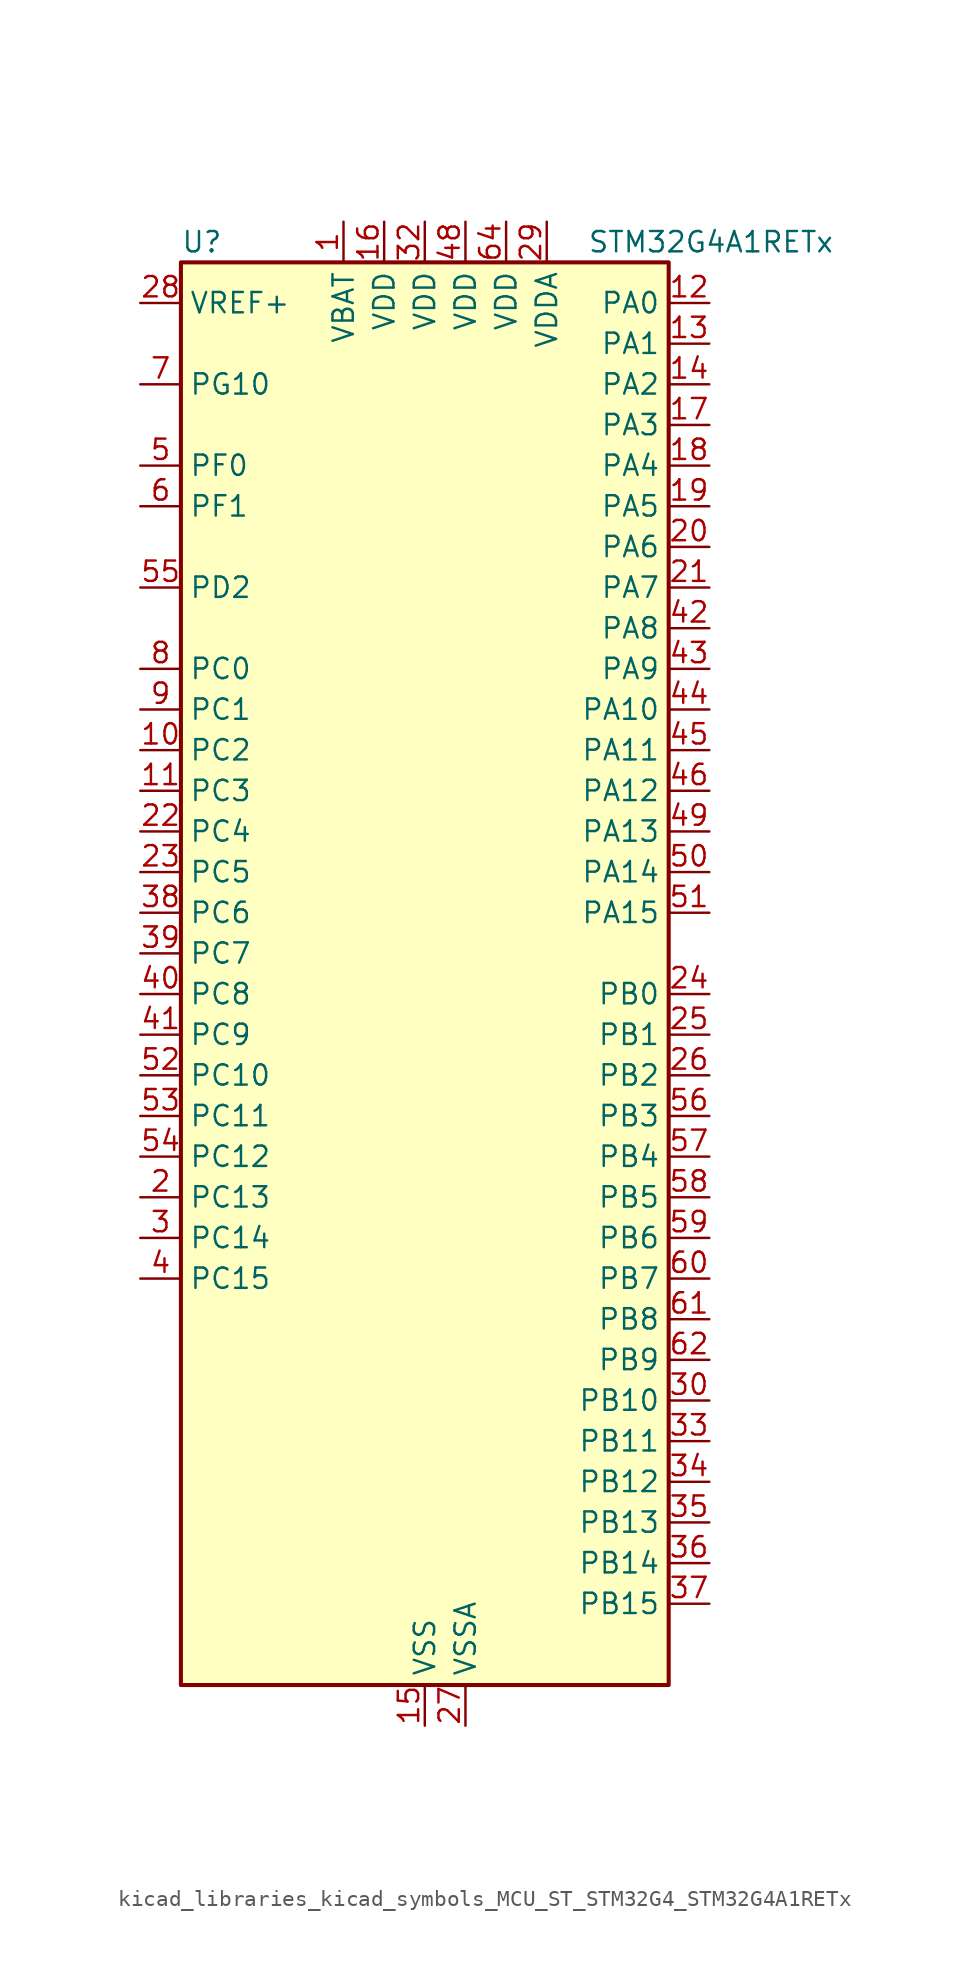
<source format=kicad_sym>
(kicad_symbol_lib
  (version 20220914)
  (generator kicad_symbol_editor)
  (symbol "kicad_libraries_kicad_symbols_MCU_ST_STM32G4_STM32G4A1RETx"
    (property "Reference" "U"
      (at -15.24 46.99 0)
      (effects (font (size 1.27 1.27)) (justify left)))
    (property "Value" "STM32G4A1RETx"
      (at 10.16 46.99 0)
      (effects (font (size 1.27 1.27)) (justify left)))
    (property "ki_locked" ""
      (at 0 0 0)
      (effects (font (size 1.27 1.27))))
    (symbol "kicad_libraries_kicad_symbols_MCU_ST_STM32G4_STM32G4A1RETx_0_1"
      (rectangle (start -15.24 -43.18) (end 15.24 45.72) (stroke (width 0.254) (type default)) (fill (type background))))
    (symbol "kicad_libraries_kicad_symbols_MCU_ST_STM32G4_STM32G4A1RETx_1_1"
      (pin power_in line (at -5.08 48.26 270) (length 2.54) (name "VBAT" (effects (font (size 1.27 1.27)))) (number "1" (effects (font (size 1.27 1.27)))))
      (pin bidirectional line (at -17.78 15.24 0) (length 2.54) (name "PC2" (effects (font (size 1.27 1.27)))) (number "10" (effects (font (size 1.27 1.27)))) (alternate "ADC1_IN8" bidirectional line) (alternate "ADC2_IN8" bidirectional line) (alternate "ADC3_EXTI2" bidirectional line) (alternate "COMP3_OUT" bidirectional line) (alternate "LPTIM1_IN2" bidirectional line) (alternate "QUADSPI1_BK2_IO1" bidirectional line) (alternate "TIM1_CH3" bidirectional line) (alternate "TIM20_CH2" bidirectional line))
      (pin bidirectional line (at -17.78 12.7 0) (length 2.54) (name "PC3" (effects (font (size 1.27 1.27)))) (number "11" (effects (font (size 1.27 1.27)))) (alternate "ADC1_IN9" bidirectional line) (alternate "ADC2_IN9" bidirectional line) (alternate "ADC3_EXTI3" bidirectional line) (alternate "LPTIM1_ETR" bidirectional line) (alternate "QUADSPI1_BK2_IO2" bidirectional line) (alternate "SAI1_D1" bidirectional line) (alternate "SAI1_SD_A" bidirectional line) (alternate "TIM1_BKIN2" bidirectional line) (alternate "TIM1_CH4" bidirectional line))
      (pin bidirectional line (at 17.78 43.18 180) (length 2.54) (name "PA0" (effects (font (size 1.27 1.27)))) (number "12" (effects (font (size 1.27 1.27)))) (alternate "ADC1_IN1" bidirectional line) (alternate "ADC2_IN1" bidirectional line) (alternate "COMP1_INM" bidirectional line) (alternate "COMP1_OUT" bidirectional line) (alternate "COMP3_INP" bidirectional line) (alternate "RTC_TAMP2" bidirectional line) (alternate "SYS_WKUP1" bidirectional line) (alternate "TIM2_CH1" bidirectional line) (alternate "TIM2_ETR" bidirectional line) (alternate "TIM8_BKIN" bidirectional line) (alternate "TIM8_ETR" bidirectional line) (alternate "USART2_CTS" bidirectional line) (alternate "USART2_NSS" bidirectional line))
      (pin bidirectional line (at 17.78 40.64 180) (length 2.54) (name "PA1" (effects (font (size 1.27 1.27)))) (number "13" (effects (font (size 1.27 1.27)))) (alternate "ADC1_IN2" bidirectional line) (alternate "ADC2_IN2" bidirectional line) (alternate "COMP1_INP" bidirectional line) (alternate "OPAMP1_VINP" bidirectional line) (alternate "OPAMP1_VINP_SEC" bidirectional line) (alternate "OPAMP3_VINP" bidirectional line) (alternate "OPAMP3_VINP_SEC" bidirectional line) (alternate "OPAMP6_VINM" bidirectional line) (alternate "OPAMP6_VINM0" bidirectional line) (alternate "OPAMP6_VINM_SEC" bidirectional line) (alternate "RTC_REFIN" bidirectional line) (alternate "TIM15_CH1N" bidirectional line) (alternate "TIM2_CH2" bidirectional line) (alternate "USART2_DE" bidirectional line) (alternate "USART2_RTS" bidirectional line))
      (pin bidirectional line (at 17.78 38.1 180) (length 2.54) (name "PA2" (effects (font (size 1.27 1.27)))) (number "14" (effects (font (size 1.27 1.27)))) (alternate "ADC1_IN3" bidirectional line) (alternate "ADC3_EXTI2" bidirectional line) (alternate "COMP2_INM" bidirectional line) (alternate "COMP2_OUT" bidirectional line) (alternate "LPUART1_TX" bidirectional line) (alternate "OPAMP1_VOUT" bidirectional line) (alternate "QUADSPI1_BK1_NCS" bidirectional line) (alternate "RCC_LSCO" bidirectional line) (alternate "SYS_WKUP4" bidirectional line) (alternate "TIM15_CH1" bidirectional line) (alternate "TIM2_CH3" bidirectional line) (alternate "UCPD1_FRSTX1" bidirectional line) (alternate "UCPD1_FRSTX2" bidirectional line) (alternate "USART2_TX" bidirectional line))
      (pin power_in line (at 0 -45.72 90) (length 2.54) (name "VSS" (effects (font (size 1.27 1.27)))) (number "15" (effects (font (size 1.27 1.27)))))
      (pin power_in line (at -2.54 48.26 270) (length 2.54) (name "VDD" (effects (font (size 1.27 1.27)))) (number "16" (effects (font (size 1.27 1.27)))))
      (pin bidirectional line (at 17.78 35.56 180) (length 2.54) (name "PA3" (effects (font (size 1.27 1.27)))) (number "17" (effects (font (size 1.27 1.27)))) (alternate "ADC1_IN4" bidirectional line) (alternate "ADC3_EXTI3" bidirectional line) (alternate "COMP2_INP" bidirectional line) (alternate "LPUART1_RX" bidirectional line) (alternate "OPAMP1_VINM" bidirectional line) (alternate "OPAMP1_VINM0" bidirectional line) (alternate "OPAMP1_VINM_SEC" bidirectional line) (alternate "OPAMP1_VINP" bidirectional line) (alternate "OPAMP1_VINP_SEC" bidirectional line) (alternate "QUADSPI1_CLK" bidirectional line) (alternate "SAI1_CK1" bidirectional line) (alternate "SAI1_MCLK_A" bidirectional line) (alternate "TIM15_CH2" bidirectional line) (alternate "TIM2_CH4" bidirectional line) (alternate "USART2_RX" bidirectional line))
      (pin bidirectional line (at 17.78 33.02 180) (length 2.54) (name "PA4" (effects (font (size 1.27 1.27)))) (number "18" (effects (font (size 1.27 1.27)))) (alternate "ADC2_IN17" bidirectional line) (alternate "COMP1_INM" bidirectional line) (alternate "DAC1_OUT1" bidirectional line) (alternate "I2S3_WS" bidirectional line) (alternate "SAI1_FS_B" bidirectional line) (alternate "SPI1_NSS" bidirectional line) (alternate "SPI3_NSS" bidirectional line) (alternate "TIM3_CH2" bidirectional line) (alternate "USART2_CK" bidirectional line))
      (pin bidirectional line (at 17.78 30.48 180) (length 2.54) (name "PA5" (effects (font (size 1.27 1.27)))) (number "19" (effects (font (size 1.27 1.27)))) (alternate "ADC2_IN13" bidirectional line) (alternate "COMP2_INM" bidirectional line) (alternate "DAC1_OUT2" bidirectional line) (alternate "OPAMP2_VINM" bidirectional line) (alternate "OPAMP2_VINM0" bidirectional line) (alternate "OPAMP2_VINM_SEC" bidirectional line) (alternate "SPI1_SCK" bidirectional line) (alternate "TIM2_CH1" bidirectional line) (alternate "TIM2_ETR" bidirectional line) (alternate "UCPD1_FRSTX1" bidirectional line) (alternate "UCPD1_FRSTX2" bidirectional line))
      (pin bidirectional line (at -17.78 -12.7 0) (length 2.54) (name "PC13" (effects (font (size 1.27 1.27)))) (number "2" (effects (font (size 1.27 1.27)))) (alternate "RTC_OUT1" bidirectional line) (alternate "RTC_TAMP1" bidirectional line) (alternate "RTC_TS" bidirectional line) (alternate "SYS_WKUP2" bidirectional line) (alternate "TIM1_BKIN" bidirectional line) (alternate "TIM1_CH1N" bidirectional line) (alternate "TIM8_CH4N" bidirectional line))
      (pin bidirectional line (at 17.78 27.94 180) (length 2.54) (name "PA6" (effects (font (size 1.27 1.27)))) (number "20" (effects (font (size 1.27 1.27)))) (alternate "ADC2_IN3" bidirectional line) (alternate "COMP1_OUT" bidirectional line) (alternate "LPUART1_CTS" bidirectional line) (alternate "OPAMP2_VOUT" bidirectional line) (alternate "QUADSPI1_BK1_IO3" bidirectional line) (alternate "SPI1_MISO" bidirectional line) (alternate "TIM16_CH1" bidirectional line) (alternate "TIM1_BKIN" bidirectional line) (alternate "TIM3_CH1" bidirectional line) (alternate "TIM8_BKIN" bidirectional line))
      (pin bidirectional line (at 17.78 25.4 180) (length 2.54) (name "PA7" (effects (font (size 1.27 1.27)))) (number "21" (effects (font (size 1.27 1.27)))) (alternate "ADC2_IN4" bidirectional line) (alternate "COMP2_INP" bidirectional line) (alternate "COMP2_OUT" bidirectional line) (alternate "OPAMP1_VINP" bidirectional line) (alternate "OPAMP1_VINP_SEC" bidirectional line) (alternate "OPAMP2_VINP" bidirectional line) (alternate "OPAMP2_VINP_SEC" bidirectional line) (alternate "QUADSPI1_BK1_IO2" bidirectional line) (alternate "SPI1_MOSI" bidirectional line) (alternate "TIM17_CH1" bidirectional line) (alternate "TIM1_CH1N" bidirectional line) (alternate "TIM3_CH2" bidirectional line) (alternate "TIM8_CH1N" bidirectional line) (alternate "UCPD1_FRSTX1" bidirectional line) (alternate "UCPD1_FRSTX2" bidirectional line))
      (pin bidirectional line (at -17.78 10.16 0) (length 2.54) (name "PC4" (effects (font (size 1.27 1.27)))) (number "22" (effects (font (size 1.27 1.27)))) (alternate "ADC2_IN5" bidirectional line) (alternate "I2C2_SCL" bidirectional line) (alternate "QUADSPI1_BK2_IO3" bidirectional line) (alternate "TIM1_ETR" bidirectional line) (alternate "USART1_TX" bidirectional line))
      (pin bidirectional line (at -17.78 7.62 0) (length 2.54) (name "PC5" (effects (font (size 1.27 1.27)))) (number "23" (effects (font (size 1.27 1.27)))) (alternate "ADC2_IN11" bidirectional line) (alternate "OPAMP1_VINM" bidirectional line) (alternate "OPAMP1_VINM1" bidirectional line) (alternate "OPAMP1_VINM_SEC" bidirectional line) (alternate "OPAMP2_VINM" bidirectional line) (alternate "OPAMP2_VINM1" bidirectional line) (alternate "OPAMP2_VINM_SEC" bidirectional line) (alternate "SAI1_D3" bidirectional line) (alternate "SYS_WKUP5" bidirectional line) (alternate "TIM15_BKIN" bidirectional line) (alternate "TIM1_CH4N" bidirectional line) (alternate "USART1_RX" bidirectional line))
      (pin bidirectional line (at 17.78 0 180) (length 2.54) (name "PB0" (effects (font (size 1.27 1.27)))) (number "24" (effects (font (size 1.27 1.27)))) (alternate "ADC1_IN15" bidirectional line) (alternate "ADC3_IN12" bidirectional line) (alternate "COMP4_INP" bidirectional line) (alternate "OPAMP2_VINP" bidirectional line) (alternate "OPAMP2_VINP_SEC" bidirectional line) (alternate "OPAMP3_VINP" bidirectional line) (alternate "OPAMP3_VINP_SEC" bidirectional line) (alternate "QUADSPI1_BK1_IO1" bidirectional line) (alternate "TIM1_CH2N" bidirectional line) (alternate "TIM3_CH3" bidirectional line) (alternate "TIM8_CH2N" bidirectional line) (alternate "UCPD1_FRSTX1" bidirectional line) (alternate "UCPD1_FRSTX2" bidirectional line))
      (pin bidirectional line (at 17.78 -2.54 180) (length 2.54) (name "PB1" (effects (font (size 1.27 1.27)))) (number "25" (effects (font (size 1.27 1.27)))) (alternate "ADC1_IN12" bidirectional line) (alternate "ADC3_IN1" bidirectional line) (alternate "COMP1_INP" bidirectional line) (alternate "COMP4_OUT" bidirectional line) (alternate "LPUART1_DE" bidirectional line) (alternate "LPUART1_RTS" bidirectional line) (alternate "OPAMP3_VOUT" bidirectional line) (alternate "OPAMP6_VINM" bidirectional line) (alternate "OPAMP6_VINM1" bidirectional line) (alternate "OPAMP6_VINM_SEC" bidirectional line) (alternate "QUADSPI1_BK1_IO0" bidirectional line) (alternate "TIM1_CH3N" bidirectional line) (alternate "TIM3_CH4" bidirectional line) (alternate "TIM8_CH3N" bidirectional line))
      (pin bidirectional line (at 17.78 -5.08 180) (length 2.54) (name "PB2" (effects (font (size 1.27 1.27)))) (number "26" (effects (font (size 1.27 1.27)))) (alternate "ADC2_IN12" bidirectional line) (alternate "ADC3_EXTI2" bidirectional line) (alternate "COMP4_INM" bidirectional line) (alternate "I2C3_SMBA" bidirectional line) (alternate "LPTIM1_OUT" bidirectional line) (alternate "OPAMP3_VINM" bidirectional line) (alternate "OPAMP3_VINM0" bidirectional line) (alternate "OPAMP3_VINM_SEC" bidirectional line) (alternate "QUADSPI1_BK2_IO1" bidirectional line) (alternate "RTC_OUT2" bidirectional line) (alternate "TIM20_CH1" bidirectional line))
      (pin power_in line (at 2.54 -45.72 90) (length 2.54) (name "VSSA" (effects (font (size 1.27 1.27)))) (number "27" (effects (font (size 1.27 1.27)))))
      (pin input line (at -17.78 43.18 0) (length 2.54) (name "VREF+" (effects (font (size 1.27 1.27)))) (number "28" (effects (font (size 1.27 1.27)))) (alternate "VREFBUF_OUT" bidirectional line))
      (pin power_in line (at 7.62 48.26 270) (length 2.54) (name "VDDA" (effects (font (size 1.27 1.27)))) (number "29" (effects (font (size 1.27 1.27)))))
      (pin bidirectional line (at -17.78 -15.24 0) (length 2.54) (name "PC14" (effects (font (size 1.27 1.27)))) (number "3" (effects (font (size 1.27 1.27)))) (alternate "RCC_OSC32_IN" bidirectional line))
      (pin bidirectional line (at 17.78 -25.4 180) (length 2.54) (name "PB10" (effects (font (size 1.27 1.27)))) (number "30" (effects (font (size 1.27 1.27)))) (alternate "DAC1_EXTI10" bidirectional line) (alternate "DAC3_EXTI10" bidirectional line) (alternate "LPUART1_RX" bidirectional line) (alternate "OPAMP3_VINM" bidirectional line) (alternate "OPAMP3_VINM1" bidirectional line) (alternate "OPAMP3_VINM_SEC" bidirectional line) (alternate "QUADSPI1_CLK" bidirectional line) (alternate "SAI1_SCK_A" bidirectional line) (alternate "TIM1_BKIN" bidirectional line) (alternate "TIM2_CH3" bidirectional line) (alternate "USART3_TX" bidirectional line))
      (pin passive line (at 0 -45.72 90) (length 2.54) hide (name "VSS" (effects (font (size 1.27 1.27)))) (number "31" (effects (font (size 1.27 1.27)))))
      (pin power_in line (at 0 48.26 270) (length 2.54) (name "VDD" (effects (font (size 1.27 1.27)))) (number "32" (effects (font (size 1.27 1.27)))))
      (pin bidirectional line (at 17.78 -27.94 180) (length 2.54) (name "PB11" (effects (font (size 1.27 1.27)))) (number "33" (effects (font (size 1.27 1.27)))) (alternate "ADC1_EXTI11" bidirectional line) (alternate "ADC1_IN14" bidirectional line) (alternate "ADC2_EXTI11" bidirectional line) (alternate "ADC2_IN14" bidirectional line) (alternate "LPUART1_TX" bidirectional line) (alternate "OPAMP6_VOUT" bidirectional line) (alternate "QUADSPI1_BK1_NCS" bidirectional line) (alternate "TIM2_CH4" bidirectional line) (alternate "USART3_RX" bidirectional line))
      (pin bidirectional line (at 17.78 -30.48 180) (length 2.54) (name "PB12" (effects (font (size 1.27 1.27)))) (number "34" (effects (font (size 1.27 1.27)))) (alternate "ADC1_IN11" bidirectional line) (alternate "FDCAN2_RX" bidirectional line) (alternate "I2C2_SMBA" bidirectional line) (alternate "I2S2_WS" bidirectional line) (alternate "LPUART1_DE" bidirectional line) (alternate "LPUART1_RTS" bidirectional line) (alternate "OPAMP6_VINP" bidirectional line) (alternate "OPAMP6_VINP_SEC" bidirectional line) (alternate "SPI2_NSS" bidirectional line) (alternate "TIM1_BKIN" bidirectional line) (alternate "USART3_CK" bidirectional line))
      (pin bidirectional line (at 17.78 -33.02 180) (length 2.54) (name "PB13" (effects (font (size 1.27 1.27)))) (number "35" (effects (font (size 1.27 1.27)))) (alternate "ADC3_IN5" bidirectional line) (alternate "FDCAN2_TX" bidirectional line) (alternate "I2S2_CK" bidirectional line) (alternate "LPUART1_CTS" bidirectional line) (alternate "OPAMP3_VINP" bidirectional line) (alternate "OPAMP3_VINP_SEC" bidirectional line) (alternate "OPAMP6_VINP" bidirectional line) (alternate "OPAMP6_VINP_SEC" bidirectional line) (alternate "SPI2_SCK" bidirectional line) (alternate "TIM1_CH1N" bidirectional line) (alternate "USART3_CTS" bidirectional line) (alternate "USART3_NSS" bidirectional line))
      (pin bidirectional line (at 17.78 -35.56 180) (length 2.54) (name "PB14" (effects (font (size 1.27 1.27)))) (number "36" (effects (font (size 1.27 1.27)))) (alternate "ADC1_IN5" bidirectional line) (alternate "COMP4_OUT" bidirectional line) (alternate "OPAMP2_VINP" bidirectional line) (alternate "OPAMP2_VINP_SEC" bidirectional line) (alternate "SPI2_MISO" bidirectional line) (alternate "TIM15_CH1" bidirectional line) (alternate "TIM1_CH2N" bidirectional line) (alternate "USART3_DE" bidirectional line) (alternate "USART3_RTS" bidirectional line))
      (pin bidirectional line (at 17.78 -38.1 180) (length 2.54) (name "PB15" (effects (font (size 1.27 1.27)))) (number "37" (effects (font (size 1.27 1.27)))) (alternate "ADC1_EXTI15" bidirectional line) (alternate "ADC2_EXTI15" bidirectional line) (alternate "ADC2_IN15" bidirectional line) (alternate "COMP3_OUT" bidirectional line) (alternate "I2S2_SD" bidirectional line) (alternate "RTC_REFIN" bidirectional line) (alternate "SPI2_MOSI" bidirectional line) (alternate "TIM15_CH1N" bidirectional line) (alternate "TIM15_CH2" bidirectional line) (alternate "TIM1_CH3N" bidirectional line))
      (pin bidirectional line (at -17.78 5.08 0) (length 2.54) (name "PC6" (effects (font (size 1.27 1.27)))) (number "38" (effects (font (size 1.27 1.27)))) (alternate "I2S2_MCK" bidirectional line) (alternate "TIM3_CH1" bidirectional line) (alternate "TIM8_CH1" bidirectional line))
      (pin bidirectional line (at -17.78 2.54 0) (length 2.54) (name "PC7" (effects (font (size 1.27 1.27)))) (number "39" (effects (font (size 1.27 1.27)))) (alternate "I2S3_MCK" bidirectional line) (alternate "TIM3_CH2" bidirectional line) (alternate "TIM8_CH2" bidirectional line))
      (pin bidirectional line (at -17.78 -17.78 0) (length 2.54) (name "PC15" (effects (font (size 1.27 1.27)))) (number "4" (effects (font (size 1.27 1.27)))) (alternate "ADC1_EXTI15" bidirectional line) (alternate "ADC2_EXTI15" bidirectional line) (alternate "RCC_OSC32_OUT" bidirectional line))
      (pin bidirectional line (at -17.78 0 0) (length 2.54) (name "PC8" (effects (font (size 1.27 1.27)))) (number "40" (effects (font (size 1.27 1.27)))) (alternate "I2C3_SCL" bidirectional line) (alternate "TIM20_CH3" bidirectional line) (alternate "TIM3_CH3" bidirectional line) (alternate "TIM8_CH3" bidirectional line))
      (pin bidirectional line (at -17.78 -2.54 0) (length 2.54) (name "PC9" (effects (font (size 1.27 1.27)))) (number "41" (effects (font (size 1.27 1.27)))) (alternate "DAC1_EXTI9" bidirectional line) (alternate "DAC3_EXTI9" bidirectional line) (alternate "I2C3_SDA" bidirectional line) (alternate "I2S_CKIN" bidirectional line) (alternate "TIM3_CH4" bidirectional line) (alternate "TIM8_BKIN2" bidirectional line) (alternate "TIM8_CH4" bidirectional line))
      (pin bidirectional line (at 17.78 22.86 180) (length 2.54) (name "PA8" (effects (font (size 1.27 1.27)))) (number "42" (effects (font (size 1.27 1.27)))) (alternate "I2C2_SDA" bidirectional line) (alternate "I2C3_SCL" bidirectional line) (alternate "I2S2_MCK" bidirectional line) (alternate "RCC_MCO" bidirectional line) (alternate "SAI1_CK2" bidirectional line) (alternate "SAI1_SCK_A" bidirectional line) (alternate "TIM1_CH1" bidirectional line) (alternate "TIM4_ETR" bidirectional line) (alternate "USART1_CK" bidirectional line))
      (pin bidirectional line (at 17.78 20.32 180) (length 2.54) (name "PA9" (effects (font (size 1.27 1.27)))) (number "43" (effects (font (size 1.27 1.27)))) (alternate "DAC1_EXTI9" bidirectional line) (alternate "DAC3_EXTI9" bidirectional line) (alternate "I2C2_SCL" bidirectional line) (alternate "I2C3_SMBA" bidirectional line) (alternate "I2S3_MCK" bidirectional line) (alternate "SAI1_FS_A" bidirectional line) (alternate "TIM15_BKIN" bidirectional line) (alternate "TIM1_CH2" bidirectional line) (alternate "TIM2_CH3" bidirectional line) (alternate "UCPD1_DBCC1" bidirectional line) (alternate "USART1_TX" bidirectional line))
      (pin bidirectional line (at 17.78 17.78 180) (length 2.54) (name "PA10" (effects (font (size 1.27 1.27)))) (number "44" (effects (font (size 1.27 1.27)))) (alternate "CRS_SYNC" bidirectional line) (alternate "DAC1_EXTI10" bidirectional line) (alternate "DAC3_EXTI10" bidirectional line) (alternate "I2C2_SMBA" bidirectional line) (alternate "SAI1_D1" bidirectional line) (alternate "SAI1_SD_A" bidirectional line) (alternate "SPI2_MISO" bidirectional line) (alternate "TIM17_BKIN" bidirectional line) (alternate "TIM1_CH3" bidirectional line) (alternate "TIM2_CH4" bidirectional line) (alternate "TIM8_BKIN" bidirectional line) (alternate "UCPD1_DBCC2" bidirectional line) (alternate "USART1_RX" bidirectional line))
      (pin bidirectional line (at 17.78 15.24 180) (length 2.54) (name "PA11" (effects (font (size 1.27 1.27)))) (number "45" (effects (font (size 1.27 1.27)))) (alternate "ADC1_EXTI11" bidirectional line) (alternate "ADC2_EXTI11" bidirectional line) (alternate "COMP1_OUT" bidirectional line) (alternate "FDCAN1_RX" bidirectional line) (alternate "I2S2_SD" bidirectional line) (alternate "SPI2_MOSI" bidirectional line) (alternate "TIM1_BKIN2" bidirectional line) (alternate "TIM1_CH1N" bidirectional line) (alternate "TIM1_CH4" bidirectional line) (alternate "TIM4_CH1" bidirectional line) (alternate "USART1_CTS" bidirectional line) (alternate "USART1_NSS" bidirectional line) (alternate "USB_DM" bidirectional line))
      (pin bidirectional line (at 17.78 12.7 180) (length 2.54) (name "PA12" (effects (font (size 1.27 1.27)))) (number "46" (effects (font (size 1.27 1.27)))) (alternate "COMP2_OUT" bidirectional line) (alternate "FDCAN1_TX" bidirectional line) (alternate "I2S_CKIN" bidirectional line) (alternate "TIM16_CH1" bidirectional line) (alternate "TIM1_CH2N" bidirectional line) (alternate "TIM1_ETR" bidirectional line) (alternate "TIM4_CH2" bidirectional line) (alternate "USART1_DE" bidirectional line) (alternate "USART1_RTS" bidirectional line) (alternate "USB_DP" bidirectional line))
      (pin passive line (at 0 -45.72 90) (length 2.54) hide (name "VSS" (effects (font (size 1.27 1.27)))) (number "47" (effects (font (size 1.27 1.27)))))
      (pin power_in line (at 2.54 48.26 270) (length 2.54) (name "VDD" (effects (font (size 1.27 1.27)))) (number "48" (effects (font (size 1.27 1.27)))))
      (pin bidirectional line (at 17.78 10.16 180) (length 2.54) (name "PA13" (effects (font (size 1.27 1.27)))) (number "49" (effects (font (size 1.27 1.27)))) (alternate "I2C1_SCL" bidirectional line) (alternate "IR_OUT" bidirectional line) (alternate "SAI1_SD_B" bidirectional line) (alternate "SYS_JTMS-SWDIO" bidirectional line) (alternate "TIM16_CH1N" bidirectional line) (alternate "TIM4_CH3" bidirectional line) (alternate "USART3_CTS" bidirectional line) (alternate "USART3_NSS" bidirectional line))
      (pin bidirectional line (at -17.78 33.02 0) (length 2.54) (name "PF0" (effects (font (size 1.27 1.27)))) (number "5" (effects (font (size 1.27 1.27)))) (alternate "ADC1_IN10" bidirectional line) (alternate "I2C2_SDA" bidirectional line) (alternate "I2S2_WS" bidirectional line) (alternate "RCC_OSC_IN" bidirectional line) (alternate "SPI2_NSS" bidirectional line) (alternate "TIM1_CH3N" bidirectional line))
      (pin bidirectional line (at 17.78 7.62 180) (length 2.54) (name "PA14" (effects (font (size 1.27 1.27)))) (number "50" (effects (font (size 1.27 1.27)))) (alternate "I2C1_SDA" bidirectional line) (alternate "LPTIM1_OUT" bidirectional line) (alternate "SAI1_FS_B" bidirectional line) (alternate "SYS_JTCK-SWCLK" bidirectional line) (alternate "TIM1_BKIN" bidirectional line) (alternate "TIM8_CH2" bidirectional line) (alternate "USART2_TX" bidirectional line))
      (pin bidirectional line (at 17.78 5.08 180) (length 2.54) (name "PA15" (effects (font (size 1.27 1.27)))) (number "51" (effects (font (size 1.27 1.27)))) (alternate "ADC1_EXTI15" bidirectional line) (alternate "ADC2_EXTI15" bidirectional line) (alternate "I2C1_SCL" bidirectional line) (alternate "I2S3_WS" bidirectional line) (alternate "SPI1_NSS" bidirectional line) (alternate "SPI3_NSS" bidirectional line) (alternate "SYS_JTDI" bidirectional line) (alternate "TIM1_BKIN" bidirectional line) (alternate "TIM20_ETR" bidirectional line) (alternate "TIM2_CH1" bidirectional line) (alternate "TIM2_ETR" bidirectional line) (alternate "TIM8_CH1" bidirectional line) (alternate "UART4_DE" bidirectional line) (alternate "UART4_RTS" bidirectional line) (alternate "USART2_RX" bidirectional line))
      (pin bidirectional line (at -17.78 -5.08 0) (length 2.54) (name "PC10" (effects (font (size 1.27 1.27)))) (number "52" (effects (font (size 1.27 1.27)))) (alternate "DAC1_EXTI10" bidirectional line) (alternate "DAC3_EXTI10" bidirectional line) (alternate "I2S3_CK" bidirectional line) (alternate "SPI3_SCK" bidirectional line) (alternate "TIM8_CH1N" bidirectional line) (alternate "UART4_TX" bidirectional line) (alternate "USART3_TX" bidirectional line))
      (pin bidirectional line (at -17.78 -7.62 0) (length 2.54) (name "PC11" (effects (font (size 1.27 1.27)))) (number "53" (effects (font (size 1.27 1.27)))) (alternate "ADC1_EXTI11" bidirectional line) (alternate "ADC2_EXTI11" bidirectional line) (alternate "I2C3_SDA" bidirectional line) (alternate "SPI3_MISO" bidirectional line) (alternate "TIM8_CH2N" bidirectional line) (alternate "UART4_RX" bidirectional line) (alternate "USART3_RX" bidirectional line))
      (pin bidirectional line (at -17.78 -10.16 0) (length 2.54) (name "PC12" (effects (font (size 1.27 1.27)))) (number "54" (effects (font (size 1.27 1.27)))) (alternate "I2S3_SD" bidirectional line) (alternate "SPI3_MOSI" bidirectional line) (alternate "TIM8_CH3N" bidirectional line) (alternate "UART5_TX" bidirectional line) (alternate "UCPD1_FRSTX1" bidirectional line) (alternate "UCPD1_FRSTX2" bidirectional line) (alternate "USART3_CK" bidirectional line))
      (pin bidirectional line (at -17.78 25.4 0) (length 2.54) (name "PD2" (effects (font (size 1.27 1.27)))) (number "55" (effects (font (size 1.27 1.27)))) (alternate "ADC3_EXTI2" bidirectional line) (alternate "TIM3_ETR" bidirectional line) (alternate "TIM8_BKIN" bidirectional line) (alternate "UART5_RX" bidirectional line))
      (pin bidirectional line (at 17.78 -7.62 180) (length 2.54) (name "PB3" (effects (font (size 1.27 1.27)))) (number "56" (effects (font (size 1.27 1.27)))) (alternate "ADC3_EXTI3" bidirectional line) (alternate "CRS_SYNC" bidirectional line) (alternate "I2S3_CK" bidirectional line) (alternate "SAI1_SCK_B" bidirectional line) (alternate "SPI1_SCK" bidirectional line) (alternate "SPI3_SCK" bidirectional line) (alternate "SYS_JTDO-SWO" bidirectional line) (alternate "TIM2_CH2" bidirectional line) (alternate "TIM3_ETR" bidirectional line) (alternate "TIM4_ETR" bidirectional line) (alternate "TIM8_CH1N" bidirectional line) (alternate "USART2_TX" bidirectional line))
      (pin bidirectional line (at 17.78 -10.16 180) (length 2.54) (name "PB4" (effects (font (size 1.27 1.27)))) (number "57" (effects (font (size 1.27 1.27)))) (alternate "SAI1_MCLK_B" bidirectional line) (alternate "SPI1_MISO" bidirectional line) (alternate "SPI3_MISO" bidirectional line) (alternate "SYS_JTRST" bidirectional line) (alternate "TIM16_CH1" bidirectional line) (alternate "TIM17_BKIN" bidirectional line) (alternate "TIM3_CH1" bidirectional line) (alternate "TIM8_CH2N" bidirectional line) (alternate "UART5_DE" bidirectional line) (alternate "UART5_RTS" bidirectional line) (alternate "UCPD1_CC2" bidirectional line) (alternate "USART2_RX" bidirectional line))
      (pin bidirectional line (at 17.78 -12.7 180) (length 2.54) (name "PB5" (effects (font (size 1.27 1.27)))) (number "58" (effects (font (size 1.27 1.27)))) (alternate "FDCAN2_RX" bidirectional line) (alternate "I2C1_SMBA" bidirectional line) (alternate "I2C3_SDA" bidirectional line) (alternate "I2S3_SD" bidirectional line) (alternate "LPTIM1_IN1" bidirectional line) (alternate "SAI1_SD_B" bidirectional line) (alternate "SPI1_MOSI" bidirectional line) (alternate "SPI3_MOSI" bidirectional line) (alternate "TIM16_BKIN" bidirectional line) (alternate "TIM17_CH1" bidirectional line) (alternate "TIM3_CH2" bidirectional line) (alternate "TIM8_CH3N" bidirectional line) (alternate "UART5_CTS" bidirectional line) (alternate "USART2_CK" bidirectional line))
      (pin bidirectional line (at 17.78 -15.24 180) (length 2.54) (name "PB6" (effects (font (size 1.27 1.27)))) (number "59" (effects (font (size 1.27 1.27)))) (alternate "COMP4_OUT" bidirectional line) (alternate "FDCAN2_TX" bidirectional line) (alternate "LPTIM1_ETR" bidirectional line) (alternate "SAI1_FS_B" bidirectional line) (alternate "TIM16_CH1N" bidirectional line) (alternate "TIM4_CH1" bidirectional line) (alternate "TIM8_BKIN2" bidirectional line) (alternate "TIM8_CH1" bidirectional line) (alternate "TIM8_ETR" bidirectional line) (alternate "UCPD1_CC1" bidirectional line) (alternate "USART1_TX" bidirectional line))
      (pin bidirectional line (at -17.78 30.48 0) (length 2.54) (name "PF1" (effects (font (size 1.27 1.27)))) (number "6" (effects (font (size 1.27 1.27)))) (alternate "ADC2_IN10" bidirectional line) (alternate "COMP3_INM" bidirectional line) (alternate "I2S2_CK" bidirectional line) (alternate "RCC_OSC_OUT" bidirectional line) (alternate "SPI2_SCK" bidirectional line))
      (pin bidirectional line (at 17.78 -17.78 180) (length 2.54) (name "PB7" (effects (font (size 1.27 1.27)))) (number "60" (effects (font (size 1.27 1.27)))) (alternate "COMP3_OUT" bidirectional line) (alternate "I2C1_SDA" bidirectional line) (alternate "LPTIM1_IN2" bidirectional line) (alternate "SYS_PVD_IN" bidirectional line) (alternate "TIM17_CH1N" bidirectional line) (alternate "TIM3_CH4" bidirectional line) (alternate "TIM4_CH2" bidirectional line) (alternate "TIM8_BKIN" bidirectional line) (alternate "UART4_CTS" bidirectional line) (alternate "USART1_RX" bidirectional line))
      (pin bidirectional line (at 17.78 -20.32 180) (length 2.54) (name "PB8" (effects (font (size 1.27 1.27)))) (number "61" (effects (font (size 1.27 1.27)))) (alternate "COMP1_OUT" bidirectional line) (alternate "FDCAN1_RX" bidirectional line) (alternate "I2C1_SCL" bidirectional line) (alternate "SAI1_CK1" bidirectional line) (alternate "SAI1_MCLK_A" bidirectional line) (alternate "TIM16_CH1" bidirectional line) (alternate "TIM1_BKIN" bidirectional line) (alternate "TIM4_CH3" bidirectional line) (alternate "TIM8_CH2" bidirectional line) (alternate "USART3_RX" bidirectional line))
      (pin bidirectional line (at 17.78 -22.86 180) (length 2.54) (name "PB9" (effects (font (size 1.27 1.27)))) (number "62" (effects (font (size 1.27 1.27)))) (alternate "COMP2_OUT" bidirectional line) (alternate "DAC1_EXTI9" bidirectional line) (alternate "DAC3_EXTI9" bidirectional line) (alternate "FDCAN1_TX" bidirectional line) (alternate "I2C1_SDA" bidirectional line) (alternate "IR_OUT" bidirectional line) (alternate "SAI1_D2" bidirectional line) (alternate "SAI1_FS_A" bidirectional line) (alternate "TIM17_CH1" bidirectional line) (alternate "TIM1_CH3N" bidirectional line) (alternate "TIM4_CH4" bidirectional line) (alternate "TIM8_CH3" bidirectional line) (alternate "USART3_TX" bidirectional line))
      (pin passive line (at 0 -45.72 90) (length 2.54) hide (name "VSS" (effects (font (size 1.27 1.27)))) (number "63" (effects (font (size 1.27 1.27)))))
      (pin power_in line (at 5.08 48.26 270) (length 2.54) (name "VDD" (effects (font (size 1.27 1.27)))) (number "64" (effects (font (size 1.27 1.27)))))
      (pin bidirectional line (at -17.78 38.1 0) (length 2.54) (name "PG10" (effects (font (size 1.27 1.27)))) (number "7" (effects (font (size 1.27 1.27)))) (alternate "DAC1_EXTI10" bidirectional line) (alternate "DAC3_EXTI10" bidirectional line) (alternate "RCC_MCO" bidirectional line))
      (pin bidirectional line (at -17.78 20.32 0) (length 2.54) (name "PC0" (effects (font (size 1.27 1.27)))) (number "8" (effects (font (size 1.27 1.27)))) (alternate "ADC1_IN6" bidirectional line) (alternate "ADC2_IN6" bidirectional line) (alternate "COMP3_INM" bidirectional line) (alternate "LPTIM1_IN1" bidirectional line) (alternate "LPUART1_RX" bidirectional line) (alternate "TIM1_CH1" bidirectional line))
      (pin bidirectional line (at -17.78 17.78 0) (length 2.54) (name "PC1" (effects (font (size 1.27 1.27)))) (number "9" (effects (font (size 1.27 1.27)))) (alternate "ADC1_IN7" bidirectional line) (alternate "ADC2_IN7" bidirectional line) (alternate "COMP3_INP" bidirectional line) (alternate "LPTIM1_OUT" bidirectional line) (alternate "LPUART1_TX" bidirectional line) (alternate "QUADSPI1_BK2_IO0" bidirectional line) (alternate "SAI1_SD_A" bidirectional line) (alternate "TIM1_CH2" bidirectional line)))))
</source>
